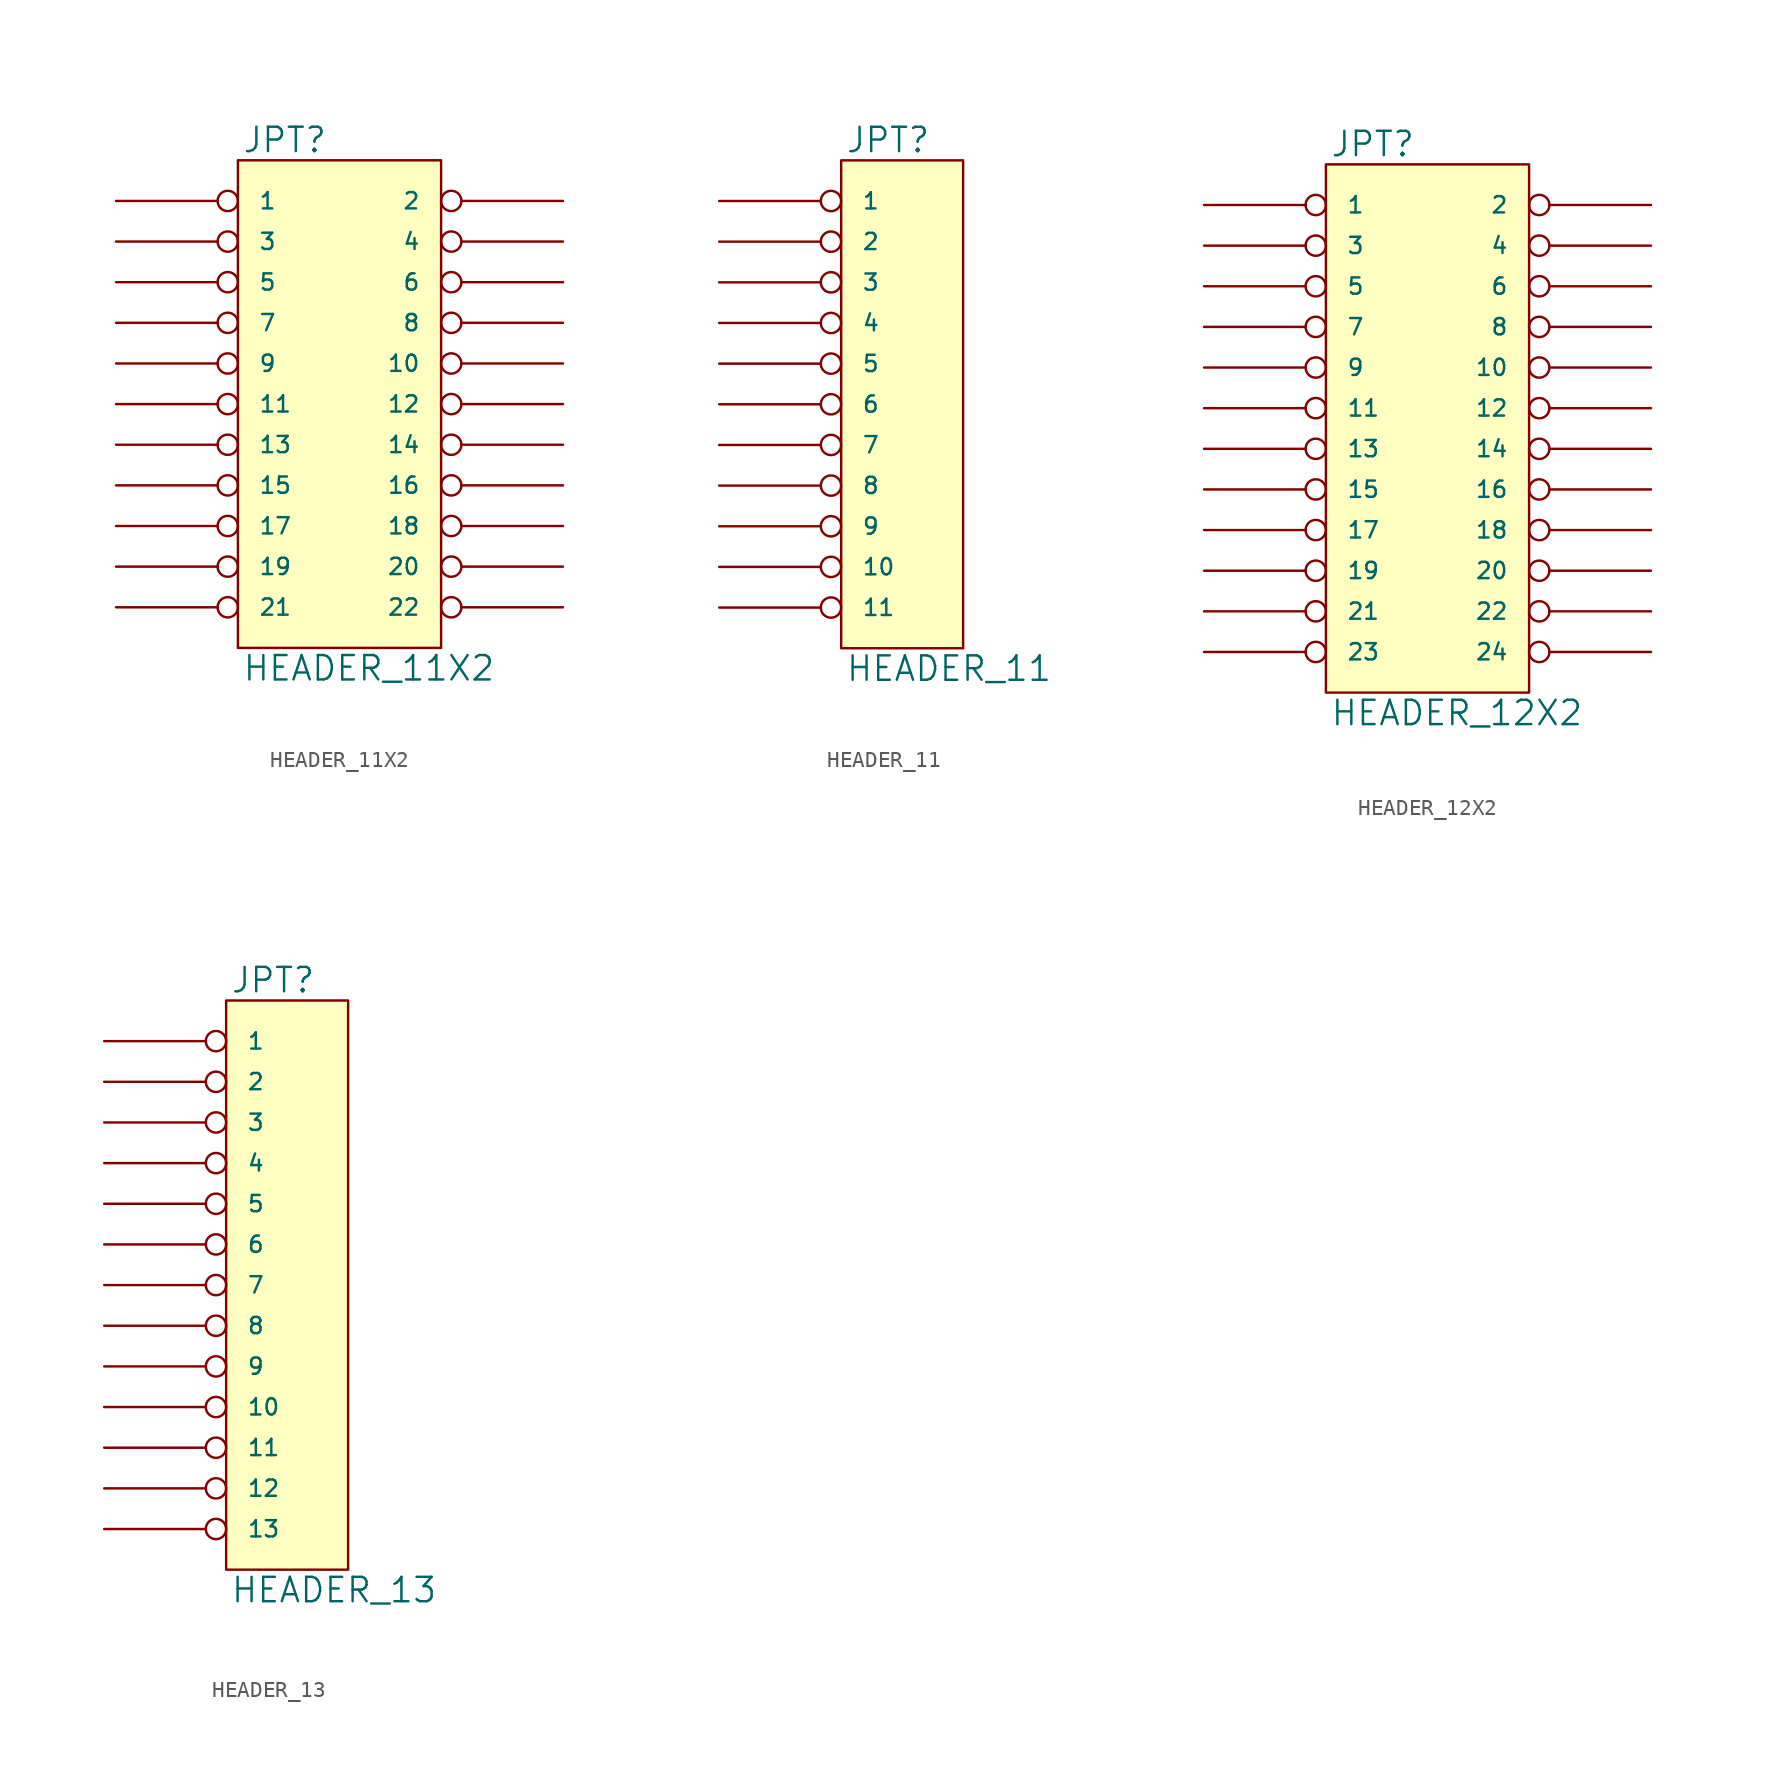
<source format=kicad_sym>
(kicad_symbol_lib
  (version 20231120)
  (generator "kicad_symbol_editor")
  (generator_version "8.0")
  (symbol "HEADER_11X2"
    (pin_names
      (offset 1.27))
    (property "Reference" "JPT"
      (at 0.254 0.381 0)
      (effects (font (size 1.524 1.524)) (justify left bottom)))
    (property "Value" "HEADER_11X2"
      (at 0.254 -30.861 0)
      (effects (font (size 1.524 1.524)) (justify left top)))
    (symbol "HEADER_11X2_0_1"
      (rectangle (start 0 0) (end 12.7 -30.48) (stroke (width 0) (type solid)) (fill (type background))))
    (symbol "HEADER_11X2_1_1"
      (pin passive inverted (at -7.62 -2.54 0) (length 7.62) (name "1" (effects (font (size 1.016 1.016)))) (number "~" (effects (font (size 1.27 1.27)))))
      (pin passive inverted (at 20.32 -12.7 180) (length 7.62) (name "10" (effects (font (size 1.016 1.016)))) (number "~" (effects (font (size 1.27 1.27)))))
      (pin passive inverted (at -7.62 -15.24 0) (length 7.62) (name "11" (effects (font (size 1.016 1.016)))) (number "~" (effects (font (size 1.27 1.27)))))
      (pin passive inverted (at 20.32 -15.24 180) (length 7.62) (name "12" (effects (font (size 1.016 1.016)))) (number "~" (effects (font (size 1.27 1.27)))))
      (pin passive inverted (at -7.62 -17.78 0) (length 7.62) (name "13" (effects (font (size 1.016 1.016)))) (number "~" (effects (font (size 1.27 1.27)))))
      (pin passive inverted (at 20.32 -17.78 180) (length 7.62) (name "14" (effects (font (size 1.016 1.016)))) (number "~" (effects (font (size 1.27 1.27)))))
      (pin passive inverted (at -7.62 -20.32 0) (length 7.62) (name "15" (effects (font (size 1.016 1.016)))) (number "~" (effects (font (size 1.27 1.27)))))
      (pin passive inverted (at 20.32 -20.32 180) (length 7.62) (name "16" (effects (font (size 1.016 1.016)))) (number "~" (effects (font (size 1.27 1.27)))))
      (pin passive inverted (at -7.62 -22.86 0) (length 7.62) (name "17" (effects (font (size 1.016 1.016)))) (number "~" (effects (font (size 1.27 1.27)))))
      (pin passive inverted (at 20.32 -22.86 180) (length 7.62) (name "18" (effects (font (size 1.016 1.016)))) (number "~" (effects (font (size 1.27 1.27)))))
      (pin passive inverted (at -7.62 -25.4 0) (length 7.62) (name "19" (effects (font (size 1.016 1.016)))) (number "~" (effects (font (size 1.27 1.27)))))
      (pin passive inverted (at 20.32 -2.54 180) (length 7.62) (name "2" (effects (font (size 1.016 1.016)))) (number "~" (effects (font (size 1.27 1.27)))))
      (pin passive inverted (at 20.32 -25.4 180) (length 7.62) (name "20" (effects (font (size 1.016 1.016)))) (number "~" (effects (font (size 1.27 1.27)))))
      (pin passive inverted (at -7.62 -27.94 0) (length 7.62) (name "21" (effects (font (size 1.016 1.016)))) (number "~" (effects (font (size 1.27 1.27)))))
      (pin passive inverted (at 20.32 -27.94 180) (length 7.62) (name "22" (effects (font (size 1.016 1.016)))) (number "~" (effects (font (size 1.27 1.27)))))
      (pin passive inverted (at -7.62 -5.08 0) (length 7.62) (name "3" (effects (font (size 1.016 1.016)))) (number "~" (effects (font (size 1.27 1.27)))))
      (pin passive inverted (at 20.32 -5.08 180) (length 7.62) (name "4" (effects (font (size 1.016 1.016)))) (number "~" (effects (font (size 1.27 1.27)))))
      (pin passive inverted (at -7.62 -7.62 0) (length 7.62) (name "5" (effects (font (size 1.016 1.016)))) (number "~" (effects (font (size 1.27 1.27)))))
      (pin passive inverted (at 20.32 -7.62 180) (length 7.62) (name "6" (effects (font (size 1.016 1.016)))) (number "~" (effects (font (size 1.27 1.27)))))
      (pin passive inverted (at -7.62 -10.16 0) (length 7.62) (name "7" (effects (font (size 1.016 1.016)))) (number "~" (effects (font (size 1.27 1.27)))))
      (pin passive inverted (at 20.32 -10.16 180) (length 7.62) (name "8" (effects (font (size 1.016 1.016)))) (number "~" (effects (font (size 1.27 1.27)))))
      (pin passive inverted (at -7.62 -12.7 0) (length 7.62) (name "9" (effects (font (size 1.016 1.016)))) (number "~" (effects (font (size 1.27 1.27)))))))
  (symbol "HEADER_11"
    (pin_names
      (offset 1.27))
    (property "Reference" "JPT"
      (at 0.254 0.381 0)
      (effects (font (size 1.524 1.524)) (justify left bottom)))
    (property "Value" "HEADER_11"
      (at 0.254 -30.861 0)
      (effects (font (size 1.524 1.524)) (justify left top)))
    (symbol "HEADER_11_0_1"
      (rectangle (start 0 0) (end 7.62 -30.48) (stroke (width 0) (type solid)) (fill (type background))))
    (symbol "HEADER_11_1_1"
      (pin passive inverted (at -7.62 -2.54 0) (length 7.62) (name "1" (effects (font (size 1.016 1.016)))) (number "~" (effects (font (size 1.27 1.27)))))
      (pin passive inverted (at -7.62 -25.4 0) (length 7.62) (name "10" (effects (font (size 1.016 1.016)))) (number "~" (effects (font (size 1.27 1.27)))))
      (pin passive inverted (at -7.62 -27.94 0) (length 7.62) (name "11" (effects (font (size 1.016 1.016)))) (number "~" (effects (font (size 1.27 1.27)))))
      (pin passive inverted (at -7.62 -5.08 0) (length 7.62) (name "2" (effects (font (size 1.016 1.016)))) (number "~" (effects (font (size 1.27 1.27)))))
      (pin passive inverted (at -7.62 -7.62 0) (length 7.62) (name "3" (effects (font (size 1.016 1.016)))) (number "~" (effects (font (size 1.27 1.27)))))
      (pin passive inverted (at -7.62 -10.16 0) (length 7.62) (name "4" (effects (font (size 1.016 1.016)))) (number "~" (effects (font (size 1.27 1.27)))))
      (pin passive inverted (at -7.62 -12.7 0) (length 7.62) (name "5" (effects (font (size 1.016 1.016)))) (number "~" (effects (font (size 1.27 1.27)))))
      (pin passive inverted (at -7.62 -15.24 0) (length 7.62) (name "6" (effects (font (size 1.016 1.016)))) (number "~" (effects (font (size 1.27 1.27)))))
      (pin passive inverted (at -7.62 -17.78 0) (length 7.62) (name "7" (effects (font (size 1.016 1.016)))) (number "~" (effects (font (size 1.27 1.27)))))
      (pin passive inverted (at -7.62 -20.32 0) (length 7.62) (name "8" (effects (font (size 1.016 1.016)))) (number "~" (effects (font (size 1.27 1.27)))))
      (pin passive inverted (at -7.62 -22.86 0) (length 7.62) (name "9" (effects (font (size 1.016 1.016)))) (number "~" (effects (font (size 1.27 1.27)))))))
  (symbol "HEADER_12X2"
    (pin_names
      (offset 1.27))
    (property "Reference" "JPT"
      (at 0.254 0.381 0)
      (effects (font (size 1.524 1.524)) (justify left bottom)))
    (property "Value" "HEADER_12X2"
      (at 0.254 -33.401 0)
      (effects (font (size 1.524 1.524)) (justify left top)))
    (symbol "HEADER_12X2_0_1"
      (rectangle (start 0 0) (end 12.7 -33.02) (stroke (width 0) (type solid)) (fill (type background))))
    (symbol "HEADER_12X2_1_1"
      (pin passive inverted (at -7.62 -2.54 0) (length 7.62) (name "1" (effects (font (size 1.016 1.016)))) (number "~" (effects (font (size 1.27 1.27)))))
      (pin passive inverted (at 20.32 -12.7 180) (length 7.62) (name "10" (effects (font (size 1.016 1.016)))) (number "~" (effects (font (size 1.27 1.27)))))
      (pin passive inverted (at -7.62 -15.24 0) (length 7.62) (name "11" (effects (font (size 1.016 1.016)))) (number "~" (effects (font (size 1.27 1.27)))))
      (pin passive inverted (at 20.32 -15.24 180) (length 7.62) (name "12" (effects (font (size 1.016 1.016)))) (number "~" (effects (font (size 1.27 1.27)))))
      (pin passive inverted (at -7.62 -17.78 0) (length 7.62) (name "13" (effects (font (size 1.016 1.016)))) (number "~" (effects (font (size 1.27 1.27)))))
      (pin passive inverted (at 20.32 -17.78 180) (length 7.62) (name "14" (effects (font (size 1.016 1.016)))) (number "~" (effects (font (size 1.27 1.27)))))
      (pin passive inverted (at -7.62 -20.32 0) (length 7.62) (name "15" (effects (font (size 1.016 1.016)))) (number "~" (effects (font (size 1.27 1.27)))))
      (pin passive inverted (at 20.32 -20.32 180) (length 7.62) (name "16" (effects (font (size 1.016 1.016)))) (number "~" (effects (font (size 1.27 1.27)))))
      (pin passive inverted (at -7.62 -22.86 0) (length 7.62) (name "17" (effects (font (size 1.016 1.016)))) (number "~" (effects (font (size 1.27 1.27)))))
      (pin passive inverted (at 20.32 -22.86 180) (length 7.62) (name "18" (effects (font (size 1.016 1.016)))) (number "~" (effects (font (size 1.27 1.27)))))
      (pin passive inverted (at -7.62 -25.4 0) (length 7.62) (name "19" (effects (font (size 1.016 1.016)))) (number "~" (effects (font (size 1.27 1.27)))))
      (pin passive inverted (at 20.32 -2.54 180) (length 7.62) (name "2" (effects (font (size 1.016 1.016)))) (number "~" (effects (font (size 1.27 1.27)))))
      (pin passive inverted (at 20.32 -25.4 180) (length 7.62) (name "20" (effects (font (size 1.016 1.016)))) (number "~" (effects (font (size 1.27 1.27)))))
      (pin passive inverted (at -7.62 -27.94 0) (length 7.62) (name "21" (effects (font (size 1.016 1.016)))) (number "~" (effects (font (size 1.27 1.27)))))
      (pin passive inverted (at 20.32 -27.94 180) (length 7.62) (name "22" (effects (font (size 1.016 1.016)))) (number "~" (effects (font (size 1.27 1.27)))))
      (pin passive inverted (at -7.62 -30.48 0) (length 7.62) (name "23" (effects (font (size 1.016 1.016)))) (number "~" (effects (font (size 1.27 1.27)))))
      (pin passive inverted (at 20.32 -30.48 180) (length 7.62) (name "24" (effects (font (size 1.016 1.016)))) (number "~" (effects (font (size 1.27 1.27)))))
      (pin passive inverted (at -7.62 -5.08 0) (length 7.62) (name "3" (effects (font (size 1.016 1.016)))) (number "~" (effects (font (size 1.27 1.27)))))
      (pin passive inverted (at 20.32 -5.08 180) (length 7.62) (name "4" (effects (font (size 1.016 1.016)))) (number "~" (effects (font (size 1.27 1.27)))))
      (pin passive inverted (at -7.62 -7.62 0) (length 7.62) (name "5" (effects (font (size 1.016 1.016)))) (number "~" (effects (font (size 1.27 1.27)))))
      (pin passive inverted (at 20.32 -7.62 180) (length 7.62) (name "6" (effects (font (size 1.016 1.016)))) (number "~" (effects (font (size 1.27 1.27)))))
      (pin passive inverted (at -7.62 -10.16 0) (length 7.62) (name "7" (effects (font (size 1.016 1.016)))) (number "~" (effects (font (size 1.27 1.27)))))
      (pin passive inverted (at 20.32 -10.16 180) (length 7.62) (name "8" (effects (font (size 1.016 1.016)))) (number "~" (effects (font (size 1.27 1.27)))))
      (pin passive inverted (at -7.62 -12.7 0) (length 7.62) (name "9" (effects (font (size 1.016 1.016)))) (number "~" (effects (font (size 1.27 1.27)))))))
  (symbol "HEADER_13"
    (pin_names
      (offset 1.27))
    (property "Reference" "JPT"
      (at 0.254 0.381 0)
      (effects (font (size 1.524 1.524)) (justify left bottom)))
    (property "Value" "HEADER_13"
      (at 0.254 -35.941 0)
      (effects (font (size 1.524 1.524)) (justify left top)))
    (symbol "HEADER_13_0_1"
      (rectangle (start 0 0) (end 7.62 -35.56) (stroke (width 0) (type solid)) (fill (type background))))
    (symbol "HEADER_13_1_1"
      (pin passive inverted (at -7.62 -2.54 0) (length 7.62) (name "1" (effects (font (size 1.016 1.016)))) (number "~" (effects (font (size 1.27 1.27)))))
      (pin passive inverted (at -7.62 -25.4 0) (length 7.62) (name "10" (effects (font (size 1.016 1.016)))) (number "~" (effects (font (size 1.27 1.27)))))
      (pin passive inverted (at -7.62 -27.94 0) (length 7.62) (name "11" (effects (font (size 1.016 1.016)))) (number "~" (effects (font (size 1.27 1.27)))))
      (pin passive inverted (at -7.62 -30.48 0) (length 7.62) (name "12" (effects (font (size 1.016 1.016)))) (number "~" (effects (font (size 1.27 1.27)))))
      (pin passive inverted (at -7.62 -33.02 0) (length 7.62) (name "13" (effects (font (size 1.016 1.016)))) (number "~" (effects (font (size 1.27 1.27)))))
      (pin passive inverted (at -7.62 -5.08 0) (length 7.62) (name "2" (effects (font (size 1.016 1.016)))) (number "~" (effects (font (size 1.27 1.27)))))
      (pin passive inverted (at -7.62 -7.62 0) (length 7.62) (name "3" (effects (font (size 1.016 1.016)))) (number "~" (effects (font (size 1.27 1.27)))))
      (pin passive inverted (at -7.62 -10.16 0) (length 7.62) (name "4" (effects (font (size 1.016 1.016)))) (number "~" (effects (font (size 1.27 1.27)))))
      (pin passive inverted (at -7.62 -12.7 0) (length 7.62) (name "5" (effects (font (size 1.016 1.016)))) (number "~" (effects (font (size 1.27 1.27)))))
      (pin passive inverted (at -7.62 -15.24 0) (length 7.62) (name "6" (effects (font (size 1.016 1.016)))) (number "~" (effects (font (size 1.27 1.27)))))
      (pin passive inverted (at -7.62 -17.78 0) (length 7.62) (name "7" (effects (font (size 1.016 1.016)))) (number "~" (effects (font (size 1.27 1.27)))))
      (pin passive inverted (at -7.62 -20.32 0) (length 7.62) (name "8" (effects (font (size 1.016 1.016)))) (number "~" (effects (font (size 1.27 1.27)))))
      (pin passive inverted (at -7.62 -22.86 0) (length 7.62) (name "9" (effects (font (size 1.016 1.016)))) (number "~" (effects (font (size 1.27 1.27))))))))
</source>
